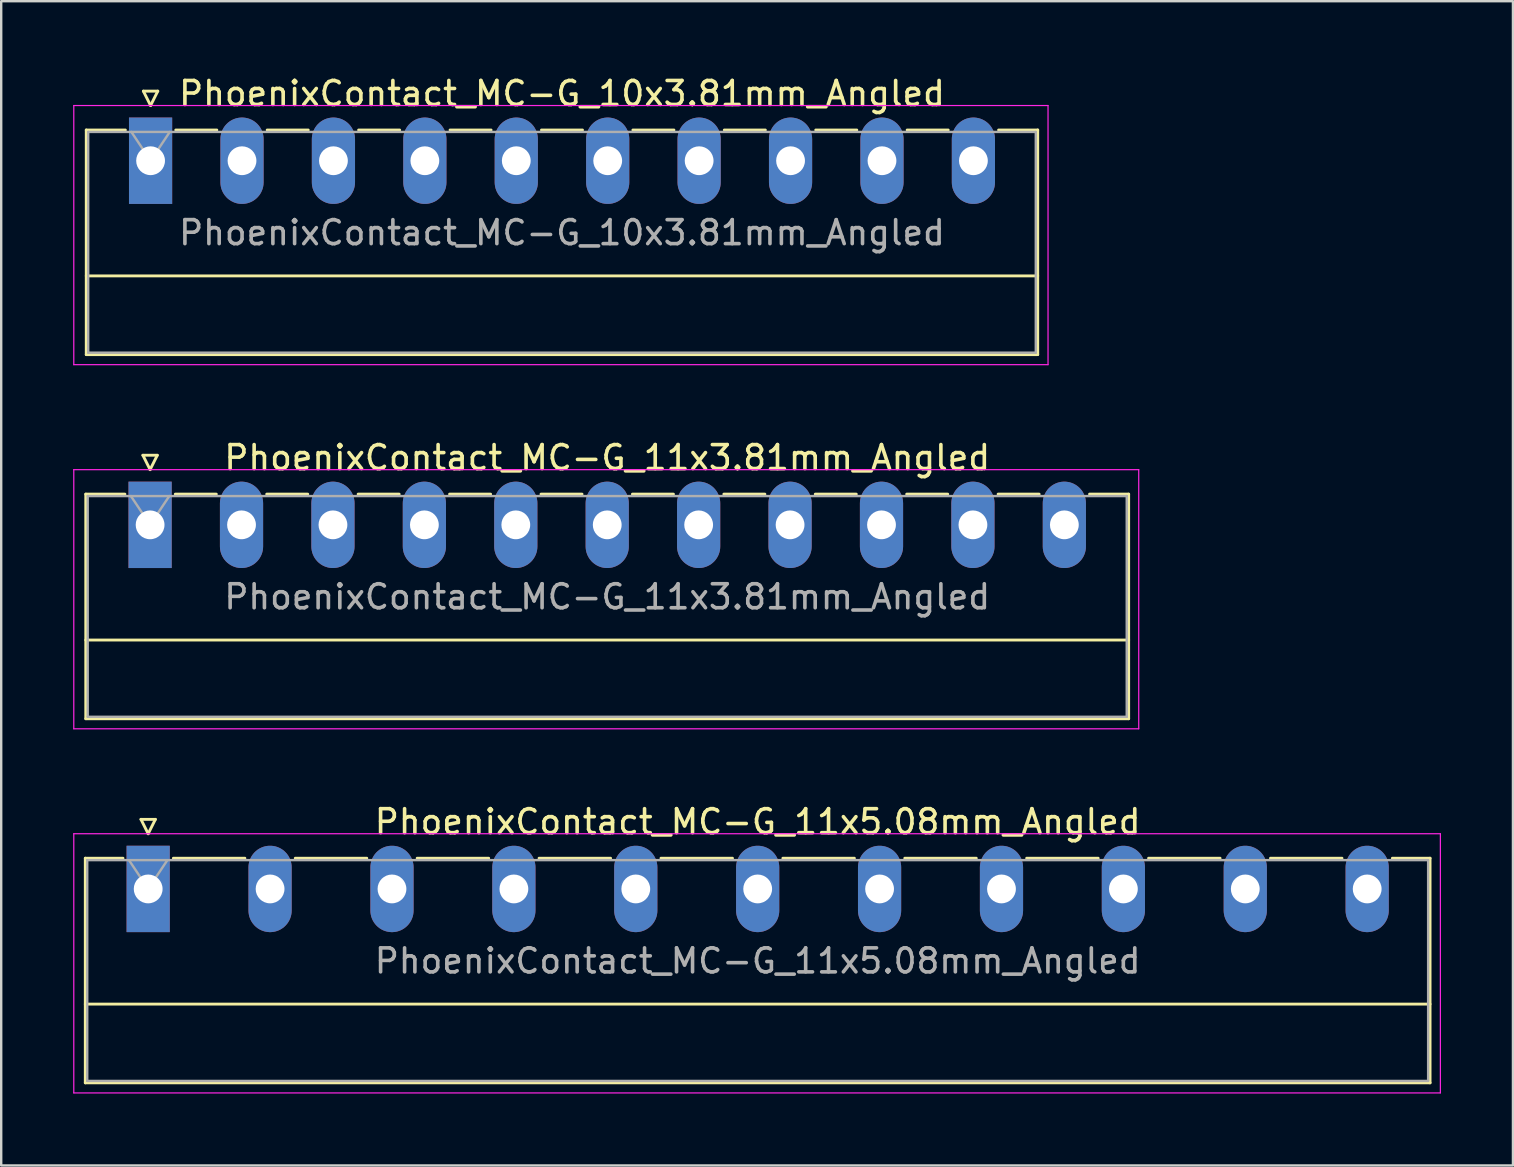
<source format=kicad_pcb>
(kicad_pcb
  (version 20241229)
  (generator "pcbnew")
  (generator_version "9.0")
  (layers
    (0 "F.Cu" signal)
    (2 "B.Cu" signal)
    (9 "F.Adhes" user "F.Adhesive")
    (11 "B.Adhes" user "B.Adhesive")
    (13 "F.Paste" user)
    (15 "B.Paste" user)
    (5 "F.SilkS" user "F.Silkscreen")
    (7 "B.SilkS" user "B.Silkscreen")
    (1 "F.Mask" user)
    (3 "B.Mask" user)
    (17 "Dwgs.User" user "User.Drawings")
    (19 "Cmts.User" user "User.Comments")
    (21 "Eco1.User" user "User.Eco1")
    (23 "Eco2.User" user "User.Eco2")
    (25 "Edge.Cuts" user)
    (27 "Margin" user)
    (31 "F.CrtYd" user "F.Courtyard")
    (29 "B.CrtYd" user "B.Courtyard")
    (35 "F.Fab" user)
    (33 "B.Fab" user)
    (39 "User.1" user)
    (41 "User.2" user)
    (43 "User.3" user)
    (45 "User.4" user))
  (footprint "PhoenixContact_MC-G_11x3.81mm_Angled"
    (layer "F.Cu")
    (at 3.205 18.822)
    (property "Reference" "PhoenixContact_MC-G_11x3.81mm_Angled" (at 19.05 -2.8 0) (layer "F.SilkS") (effects (font (size 1 1) (thickness 0.15))))
    (attr through_hole)
    (fp_line (start -2.68 -1.28) (end -2.68 8.08) (stroke (width 0.12) (type solid)) (layer "F.SilkS"))
    (fp_line (start -2.68 -1.28) (end -1.05 -1.28) (stroke (width 0.12) (type solid)) (layer "F.SilkS"))
    (fp_line (start -2.68 4.8) (end 40.78 4.8) (stroke (width 0.12) (type solid)) (layer "F.SilkS"))
    (fp_line (start -2.68 8.08) (end 40.78 8.08) (stroke (width 0.12) (type solid)) (layer "F.SilkS"))
    (fp_line (start -0.3 -2.9) (end 0.3 -2.9) (stroke (width 0.12) (type solid)) (layer "F.SilkS"))
    (fp_line (start 0 -2.3) (end -0.3 -2.9) (stroke (width 0.12) (type solid)) (layer "F.SilkS"))
    (fp_line (start 0.3 -2.9) (end 0 -2.3) (stroke (width 0.12) (type solid)) (layer "F.SilkS"))
    (fp_line (start 1.05 -1.28) (end 2.76 -1.28) (stroke (width 0.12) (type solid)) (layer "F.SilkS"))
    (fp_line (start 4.86 -1.28) (end 6.57 -1.28) (stroke (width 0.12) (type solid)) (layer "F.SilkS"))
    (fp_line (start 8.67 -1.28) (end 10.38 -1.28) (stroke (width 0.12) (type solid)) (layer "F.SilkS"))
    (fp_line (start 12.48 -1.28) (end 14.19 -1.28) (stroke (width 0.12) (type solid)) (layer "F.SilkS"))
    (fp_line (start 16.29 -1.28) (end 18 -1.28) (stroke (width 0.12) (type solid)) (layer "F.SilkS"))
    (fp_line (start 20.1 -1.28) (end 21.81 -1.28) (stroke (width 0.12) (type solid)) (layer "F.SilkS"))
    (fp_line (start 23.91 -1.28) (end 25.62 -1.28) (stroke (width 0.12) (type solid)) (layer "F.SilkS"))
    (fp_line (start 27.72 -1.28) (end 29.43 -1.28) (stroke (width 0.12) (type solid)) (layer "F.SilkS"))
    (fp_line (start 31.53 -1.28) (end 33.24 -1.28) (stroke (width 0.12) (type solid)) (layer "F.SilkS"))
    (fp_line (start 35.34 -1.28) (end 37.05 -1.28) (stroke (width 0.12) (type solid)) (layer "F.SilkS"))
    (fp_line (start 40.78 -1.28) (end 39.15 -1.28) (stroke (width 0.12) (type solid)) (layer "F.SilkS"))
    (fp_line (start 40.78 8.08) (end 40.78 -1.28) (stroke (width 0.12) (type solid)) (layer "F.SilkS"))
    (fp_line (start -3.18 -2.3) (end -3.18 8.5) (stroke (width 0.05) (type solid)) (layer "F.CrtYd"))
    (fp_line (start -3.18 8.5) (end 41.2 8.5) (stroke (width 0.05) (type solid)) (layer "F.CrtYd"))
    (fp_line (start 41.2 -2.3) (end -3.18 -2.3) (stroke (width 0.05) (type solid)) (layer "F.CrtYd"))
    (fp_line (start 41.2 8.5) (end 41.2 -2.3) (stroke (width 0.05) (type solid)) (layer "F.CrtYd"))
    (fp_line (start -2.6 -1.2) (end -2.6 8) (stroke (width 0.1) (type solid)) (layer "F.Fab"))
    (fp_line (start -2.6 8) (end 40.7 8) (stroke (width 0.1) (type solid)) (layer "F.Fab"))
    (fp_line (start 0 0) (end -0.8 -1.2) (stroke (width 0.1) (type solid)) (layer "F.Fab"))
    (fp_line (start 0.8 -1.2) (end 0 0) (stroke (width 0.1) (type solid)) (layer "F.Fab"))
    (fp_line (start 40.7 -1.2) (end -2.6 -1.2) (stroke (width 0.1) (type solid)) (layer "F.Fab"))
    (fp_line (start 40.7 8) (end 40.7 -1.2) (stroke (width 0.1) (type solid)) (layer "F.Fab"))
    (fp_text user "${REFERENCE}" (at 19.05 3 0) (layer "F.Fab") (effects (font (size 1 1) (thickness 0.15))))
    (pad "1" thru_hole rect (at 0 0) (size 1.8 3.6) (drill 1.2) (layers "*.Cu" "*.Mask"))
    (pad "2" thru_hole oval (at 3.81 0) (size 1.8 3.6) (drill 1.2) (layers "*.Cu" "*.Mask"))
    (pad "3" thru_hole oval (at 7.62 0) (size 1.8 3.6) (drill 1.2) (layers "*.Cu" "*.Mask"))
    (pad "4" thru_hole oval (at 11.43 0) (size 1.8 3.6) (drill 1.2) (layers "*.Cu" "*.Mask"))
    (pad "5" thru_hole oval (at 15.24 0) (size 1.8 3.6) (drill 1.2) (layers "*.Cu" "*.Mask"))
    (pad "6" thru_hole oval (at 19.05 0) (size 1.8 3.6) (drill 1.2) (layers "*.Cu" "*.Mask"))
    (pad "7" thru_hole oval (at 22.86 0) (size 1.8 3.6) (drill 1.2) (layers "*.Cu" "*.Mask"))
    (pad "8" thru_hole oval (at 26.67 0) (size 1.8 3.6) (drill 1.2) (layers "*.Cu" "*.Mask"))
    (pad "9" thru_hole oval (at 30.48 0) (size 1.8 3.6) (drill 1.2) (layers "*.Cu" "*.Mask"))
    (pad "10" thru_hole oval (at 34.29 0) (size 1.8 3.6) (drill 1.2) (layers "*.Cu" "*.Mask"))
    (pad "11" thru_hole oval (at 38.1 0) (size 1.8 3.6) (drill 1.2) (layers "*.Cu" "*.Mask")))
  (footprint "PhoenixContact_MC-G_10x3.81mm_Angled"
    (layer "F.Cu")
    (at 3.225 3.648)
    (property "Reference" "PhoenixContact_MC-G_10x3.81mm_Angled" (at 17.145 -2.8 0) (layer "F.SilkS") (effects (font (size 1 1) (thickness 0.15))))
    (attr through_hole)
    (fp_line (start -2.68 -1.28) (end -2.68 8.08) (stroke (width 0.12) (type solid)) (layer "F.SilkS"))
    (fp_line (start -2.68 -1.28) (end -1.05 -1.28) (stroke (width 0.12) (type solid)) (layer "F.SilkS"))
    (fp_line (start -2.68 4.8) (end 36.97 4.8) (stroke (width 0.12) (type solid)) (layer "F.SilkS"))
    (fp_line (start -2.68 8.08) (end 36.97 8.08) (stroke (width 0.12) (type solid)) (layer "F.SilkS"))
    (fp_line (start -0.3 -2.9) (end 0.3 -2.9) (stroke (width 0.12) (type solid)) (layer "F.SilkS"))
    (fp_line (start 0 -2.3) (end -0.3 -2.9) (stroke (width 0.12) (type solid)) (layer "F.SilkS"))
    (fp_line (start 0.3 -2.9) (end 0 -2.3) (stroke (width 0.12) (type solid)) (layer "F.SilkS"))
    (fp_line (start 1.05 -1.28) (end 2.76 -1.28) (stroke (width 0.12) (type solid)) (layer "F.SilkS"))
    (fp_line (start 4.86 -1.28) (end 6.57 -1.28) (stroke (width 0.12) (type solid)) (layer "F.SilkS"))
    (fp_line (start 8.67 -1.28) (end 10.38 -1.28) (stroke (width 0.12) (type solid)) (layer "F.SilkS"))
    (fp_line (start 12.48 -1.28) (end 14.19 -1.28) (stroke (width 0.12) (type solid)) (layer "F.SilkS"))
    (fp_line (start 16.29 -1.28) (end 18 -1.28) (stroke (width 0.12) (type solid)) (layer "F.SilkS"))
    (fp_line (start 20.1 -1.28) (end 21.81 -1.28) (stroke (width 0.12) (type solid)) (layer "F.SilkS"))
    (fp_line (start 23.91 -1.28) (end 25.62 -1.28) (stroke (width 0.12) (type solid)) (layer "F.SilkS"))
    (fp_line (start 27.72 -1.28) (end 29.43 -1.28) (stroke (width 0.12) (type solid)) (layer "F.SilkS"))
    (fp_line (start 31.53 -1.28) (end 33.24 -1.28) (stroke (width 0.12) (type solid)) (layer "F.SilkS"))
    (fp_line (start 36.97 -1.28) (end 35.34 -1.28) (stroke (width 0.12) (type solid)) (layer "F.SilkS"))
    (fp_line (start 36.97 8.08) (end 36.97 -1.28) (stroke (width 0.12) (type solid)) (layer "F.SilkS"))
    (fp_line (start -3.2 -2.3) (end -3.2 8.5) (stroke (width 0.05) (type solid)) (layer "F.CrtYd"))
    (fp_line (start -3.2 8.5) (end 37.4 8.5) (stroke (width 0.05) (type solid)) (layer "F.CrtYd"))
    (fp_line (start 37.4 -2.3) (end -3.2 -2.3) (stroke (width 0.05) (type solid)) (layer "F.CrtYd"))
    (fp_line (start 37.4 8.5) (end 37.4 -2.3) (stroke (width 0.05) (type solid)) (layer "F.CrtYd"))
    (fp_line (start -2.6 -1.2) (end -2.6 8) (stroke (width 0.1) (type solid)) (layer "F.Fab"))
    (fp_line (start -2.6 8) (end 36.89 8) (stroke (width 0.1) (type solid)) (layer "F.Fab"))
    (fp_line (start 0 0) (end -0.8 -1.2) (stroke (width 0.1) (type solid)) (layer "F.Fab"))
    (fp_line (start 0.8 -1.2) (end 0 0) (stroke (width 0.1) (type solid)) (layer "F.Fab"))
    (fp_line (start 36.89 -1.2) (end -2.6 -1.2) (stroke (width 0.1) (type solid)) (layer "F.Fab"))
    (fp_line (start 36.89 8) (end 36.89 -1.2) (stroke (width 0.1) (type solid)) (layer "F.Fab"))
    (fp_text user "${REFERENCE}" (at 17.145 3 0) (layer "F.Fab") (effects (font (size 1 1) (thickness 0.15))))
    (pad "1" thru_hole rect (at 0 0) (size 1.8 3.6) (drill 1.2) (layers "*.Cu" "*.Mask"))
    (pad "2" thru_hole oval (at 3.81 0) (size 1.8 3.6) (drill 1.2) (layers "*.Cu" "*.Mask"))
    (pad "3" thru_hole oval (at 7.62 0) (size 1.8 3.6) (drill 1.2) (layers "*.Cu" "*.Mask"))
    (pad "4" thru_hole oval (at 11.43 0) (size 1.8 3.6) (drill 1.2) (layers "*.Cu" "*.Mask"))
    (pad "5" thru_hole oval (at 15.24 0) (size 1.8 3.6) (drill 1.2) (layers "*.Cu" "*.Mask"))
    (pad "6" thru_hole oval (at 19.05 0) (size 1.8 3.6) (drill 1.2) (layers "*.Cu" "*.Mask"))
    (pad "7" thru_hole oval (at 22.86 0) (size 1.8 3.6) (drill 1.2) (layers "*.Cu" "*.Mask"))
    (pad "8" thru_hole oval (at 26.67 0) (size 1.8 3.6) (drill 1.2) (layers "*.Cu" "*.Mask"))
    (pad "9" thru_hole oval (at 30.48 0) (size 1.8 3.6) (drill 1.2) (layers "*.Cu" "*.Mask"))
    (pad "10" thru_hole oval (at 34.29 0) (size 1.8 3.6) (drill 1.2) (layers "*.Cu" "*.Mask")))
  (footprint "PhoenixContact_MC-G_11x5.08mm_Angled"
    (layer "F.Cu")
    (at 3.125 33.995)
    (property "Reference" "PhoenixContact_MC-G_11x5.08mm_Angled" (at 25.4 -2.8 0) (layer "F.SilkS") (effects (font (size 1 1) (thickness 0.15))))
    (attr through_hole)
    (fp_line (start -2.62 -1.28) (end -2.62 8.08) (stroke (width 0.12) (type solid)) (layer "F.SilkS"))
    (fp_line (start -2.62 -1.28) (end -1.05 -1.28) (stroke (width 0.12) (type solid)) (layer "F.SilkS"))
    (fp_line (start -2.62 4.8) (end 53.42 4.8) (stroke (width 0.12) (type solid)) (layer "F.SilkS"))
    (fp_line (start -2.62 8.08) (end 53.42 8.08) (stroke (width 0.12) (type solid)) (layer "F.SilkS"))
    (fp_line (start -0.3 -2.9) (end 0.3 -2.9) (stroke (width 0.12) (type solid)) (layer "F.SilkS"))
    (fp_line (start 0 -2.3) (end -0.3 -2.9) (stroke (width 0.12) (type solid)) (layer "F.SilkS"))
    (fp_line (start 0.3 -2.9) (end 0 -2.3) (stroke (width 0.12) (type solid)) (layer "F.SilkS"))
    (fp_line (start 1.05 -1.28) (end 4.03 -1.28) (stroke (width 0.12) (type solid)) (layer "F.SilkS"))
    (fp_line (start 6.13 -1.28) (end 9.11 -1.28) (stroke (width 0.12) (type solid)) (layer "F.SilkS"))
    (fp_line (start 11.21 -1.28) (end 14.19 -1.28) (stroke (width 0.12) (type solid)) (layer "F.SilkS"))
    (fp_line (start 16.29 -1.28) (end 19.27 -1.28) (stroke (width 0.12) (type solid)) (layer "F.SilkS"))
    (fp_line (start 21.37 -1.28) (end 24.35 -1.28) (stroke (width 0.12) (type solid)) (layer "F.SilkS"))
    (fp_line (start 26.45 -1.28) (end 29.43 -1.28) (stroke (width 0.12) (type solid)) (layer "F.SilkS"))
    (fp_line (start 31.53 -1.28) (end 34.51 -1.28) (stroke (width 0.12) (type solid)) (layer "F.SilkS"))
    (fp_line (start 36.61 -1.28) (end 39.59 -1.28) (stroke (width 0.12) (type solid)) (layer "F.SilkS"))
    (fp_line (start 41.69 -1.28) (end 44.67 -1.28) (stroke (width 0.12) (type solid)) (layer "F.SilkS"))
    (fp_line (start 46.77 -1.28) (end 49.75 -1.28) (stroke (width 0.12) (type solid)) (layer "F.SilkS"))
    (fp_line (start 53.42 -1.28) (end 51.85 -1.28) (stroke (width 0.12) (type solid)) (layer "F.SilkS"))
    (fp_line (start 53.42 8.08) (end 53.42 -1.28) (stroke (width 0.12) (type solid)) (layer "F.SilkS"))
    (fp_line (start -3.1 -2.3) (end -3.1 8.5) (stroke (width 0.05) (type solid)) (layer "F.CrtYd"))
    (fp_line (start -3.1 8.5) (end 53.85 8.5) (stroke (width 0.05) (type solid)) (layer "F.CrtYd"))
    (fp_line (start 53.85 -2.3) (end -3.1 -2.3) (stroke (width 0.05) (type solid)) (layer "F.CrtYd"))
    (fp_line (start 53.85 8.5) (end 53.85 -2.3) (stroke (width 0.05) (type solid)) (layer "F.CrtYd"))
    (fp_line (start -2.54 -1.2) (end -2.54 8) (stroke (width 0.1) (type solid)) (layer "F.Fab"))
    (fp_line (start -2.54 8) (end 53.34 8) (stroke (width 0.1) (type solid)) (layer "F.Fab"))
    (fp_line (start 0 0) (end -0.8 -1.2) (stroke (width 0.1) (type solid)) (layer "F.Fab"))
    (fp_line (start 0.8 -1.2) (end 0 0) (stroke (width 0.1) (type solid)) (layer "F.Fab"))
    (fp_line (start 53.34 -1.2) (end -2.54 -1.2) (stroke (width 0.1) (type solid)) (layer "F.Fab"))
    (fp_line (start 53.34 8) (end 53.34 -1.2) (stroke (width 0.1) (type solid)) (layer "F.Fab"))
    (fp_text user "${REFERENCE}" (at 25.4 3 0) (layer "F.Fab") (effects (font (size 1 1) (thickness 0.15))))
    (pad "1" thru_hole rect (at 0 0) (size 1.8 3.6) (drill 1.2) (layers "*.Cu" "*.Mask"))
    (pad "2" thru_hole oval (at 5.08 0) (size 1.8 3.6) (drill 1.2) (layers "*.Cu" "*.Mask"))
    (pad "3" thru_hole oval (at 10.16 0) (size 1.8 3.6) (drill 1.2) (layers "*.Cu" "*.Mask"))
    (pad "4" thru_hole oval (at 15.24 0) (size 1.8 3.6) (drill 1.2) (layers "*.Cu" "*.Mask"))
    (pad "5" thru_hole oval (at 20.32 0) (size 1.8 3.6) (drill 1.2) (layers "*.Cu" "*.Mask"))
    (pad "6" thru_hole oval (at 25.4 0) (size 1.8 3.6) (drill 1.2) (layers "*.Cu" "*.Mask"))
    (pad "7" thru_hole oval (at 30.48 0) (size 1.8 3.6) (drill 1.2) (layers "*.Cu" "*.Mask"))
    (pad "8" thru_hole oval (at 35.56 0) (size 1.8 3.6) (drill 1.2) (layers "*.Cu" "*.Mask"))
    (pad "9" thru_hole oval (at 40.64 0) (size 1.8 3.6) (drill 1.2) (layers "*.Cu" "*.Mask"))
    (pad "10" thru_hole oval (at 45.72 0) (size 1.8 3.6) (drill 1.2) (layers "*.Cu" "*.Mask"))
    (pad "11" thru_hole oval (at 50.8 0) (size 1.8 3.6) (drill 1.2) (layers "*.Cu" "*.Mask")))
  (gr_rect
    (start -3 -3)
    (end 60 45.52)
    (stroke (width 0.1) (type default))
    (fill no)
    (layer "Edge.Cuts")))
</source>
